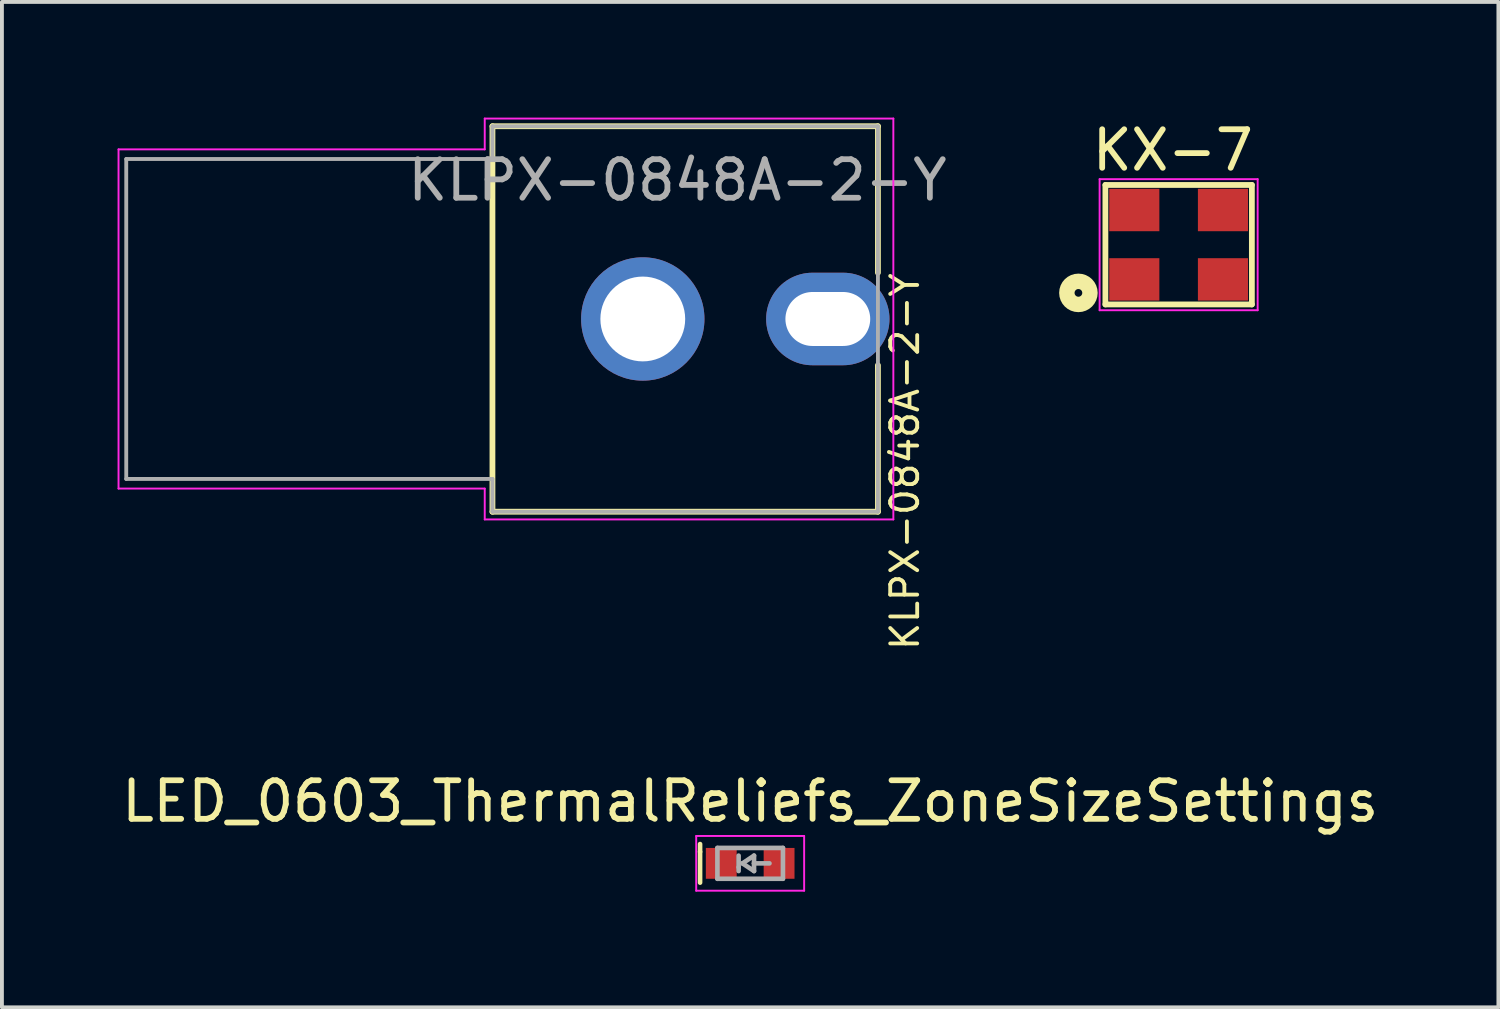
<source format=kicad_pcb>
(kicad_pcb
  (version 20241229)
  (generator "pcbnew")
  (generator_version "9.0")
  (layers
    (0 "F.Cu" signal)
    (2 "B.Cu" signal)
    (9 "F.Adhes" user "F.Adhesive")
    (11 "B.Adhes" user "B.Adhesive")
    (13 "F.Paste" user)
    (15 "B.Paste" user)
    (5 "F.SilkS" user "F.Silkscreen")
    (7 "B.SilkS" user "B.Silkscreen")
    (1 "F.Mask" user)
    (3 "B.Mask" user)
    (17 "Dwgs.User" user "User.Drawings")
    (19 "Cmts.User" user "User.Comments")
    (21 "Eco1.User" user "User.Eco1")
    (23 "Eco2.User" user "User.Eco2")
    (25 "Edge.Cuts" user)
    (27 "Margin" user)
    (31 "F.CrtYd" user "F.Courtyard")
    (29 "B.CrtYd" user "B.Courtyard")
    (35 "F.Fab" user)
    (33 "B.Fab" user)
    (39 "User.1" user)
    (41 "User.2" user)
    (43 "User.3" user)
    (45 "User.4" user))
  (footprint "KLPX-0848A-2-Y"
    (layer "F.Cu")
    (at 9.725 5.225)
    (property "Reference" "KLPX-0848A-2-Y" (at 10.7 3.7 90) (unlocked yes) (layer "F.SilkS") (effects (font (size 0.7 0.7) (thickness 0.1))))
    (attr through_hole)
    (fp_line (start 0 -5) (end 0 5) (stroke (width 0.15) (type solid)) (layer "F.SilkS"))
    (fp_line (start 0 -5) (end 10 -5) (stroke (width 0.15) (type solid)) (layer "F.SilkS"))
    (fp_line (start 0 5) (end 10 5) (stroke (width 0.15) (type solid)) (layer "F.SilkS"))
    (fp_line (start 10 -5) (end 10 -1.2) (stroke (width 0.15) (type solid)) (layer "F.SilkS"))
    (fp_line (start 10 5) (end 10 1.2) (stroke (width 0.15) (type solid)) (layer "F.SilkS"))
    (fp_line (start -9.7 -4.4) (end -0.2 -4.4) (stroke (width 0.05) (type solid)) (layer "F.CrtYd"))
    (fp_line (start -9.7 4.4) (end -9.7 -4.4) (stroke (width 0.05) (type solid)) (layer "F.CrtYd"))
    (fp_line (start -0.2 -5.2) (end 10.4 -5.2) (stroke (width 0.05) (type solid)) (layer "F.CrtYd"))
    (fp_line (start -0.2 -4.4) (end -0.2 -5.2) (stroke (width 0.05) (type solid)) (layer "F.CrtYd"))
    (fp_line (start -0.2 4.4) (end -9.7 4.4) (stroke (width 0.05) (type solid)) (layer "F.CrtYd"))
    (fp_line (start -0.2 5.2) (end -0.2 4.4) (stroke (width 0.05) (type solid)) (layer "F.CrtYd"))
    (fp_line (start 10.4 -5.2) (end 10.4 5.2) (stroke (width 0.05) (type solid)) (layer "F.CrtYd"))
    (fp_line (start 10.4 5.2) (end -0.2 5.2) (stroke (width 0.05) (type solid)) (layer "F.CrtYd"))
    (fp_line (start -9.5 -4.15) (end -9.5 4.15) (stroke (width 0.1) (type solid)) (layer "F.Fab"))
    (fp_line (start -9.5 -4.15) (end 0 -4.15) (stroke (width 0.1) (type solid)) (layer "F.Fab"))
    (fp_line (start -9.5 4.15) (end 0 4.15) (stroke (width 0.1) (type solid)) (layer "F.Fab"))
    (fp_line (start 0 -5) (end 0 -4.15) (stroke (width 0.1) (type solid)) (layer "F.Fab"))
    (fp_line (start 0 4.15) (end 0 5) (stroke (width 0.1) (type solid)) (layer "F.Fab"))
    (fp_line (start 0 5) (end 10 5) (stroke (width 0.1) (type solid)) (layer "F.Fab"))
    (fp_line (start 10 -5) (end 0 -5) (stroke (width 0.1) (type solid)) (layer "F.Fab"))
    (fp_line (start 10 5) (end 10 -5) (stroke (width 0.1) (type solid)) (layer "F.Fab"))
    (fp_text user "${REFERENCE}" (at 4.8 -3.6 0) (unlocked yes) (layer "F.Fab") (effects (font (size 1 1) (thickness 0.15))))
    (pad "1" thru_hole circle (at 3.9 0) (size 3.2 3.2) (drill 2.2) (layers "*.Cu" "*.Mask"))
    (pad "2" thru_hole oval (at 8.7 0 90) (size 2.4 3.2) (drill oval 1.4 2.2) (layers "*.Cu" "*.Mask")))
  (footprint "KX-7"
    (layer "F.Cu")
    (at 27.476 3.248)
    (property "Reference" "KX-7" (at -0.1 -2.4 180) (layer "F.SilkS") (effects (font (size 1 1) (thickness 0.15))))
    (attr smd)
    (fp_line (start -1.85 -1.5) (end 1.95 -1.5) (stroke (width 0.15) (type solid)) (layer "F.SilkS"))
    (fp_line (start -1.85 1.6) (end -1.85 -1.5) (stroke (width 0.15) (type solid)) (layer "F.SilkS"))
    (fp_line (start 1.95 -1.5) (end 1.95 1.6) (stroke (width 0.15) (type solid)) (layer "F.SilkS"))
    (fp_line (start 1.95 1.6) (end -1.85 1.6) (stroke (width 0.15) (type solid)) (layer "F.SilkS"))
    (fp_circle (center -2.55 1.3) (end -2.45 1.3) (stroke (width 0.4) (type solid)) (fill no) (layer "F.SilkS"))
    (fp_line (start -2 -1.65) (end 2.1 -1.65) (stroke (width 0.05) (type solid)) (layer "F.CrtYd"))
    (fp_line (start -2 1.75) (end -2 -1.65) (stroke (width 0.05) (type solid)) (layer "F.CrtYd"))
    (fp_line (start 2.1 -1.65) (end 2.1 1.75) (stroke (width 0.05) (type solid)) (layer "F.CrtYd"))
    (fp_line (start 2.1 1.75) (end -2 1.75) (stroke (width 0.05) (type solid)) (layer "F.CrtYd"))
    (pad "1" smd rect (at -1.1 0.95) (size 1.3 1.1) (layers "F.Cu" "F.Mask" "F.Paste"))
    (pad "2" smd rect (at 1.2 0.95) (size 1.3 1.1) (layers "F.Cu" "F.Mask" "F.Paste"))
    (pad "3" smd rect (at 1.2 -0.85) (size 1.3 1.1) (layers "F.Cu" "F.Mask" "F.Paste"))
    (pad "4" smd rect (at -1.1 -0.85) (size 1.3 1.1) (layers "F.Cu" "F.Mask" "F.Paste")))
  (footprint "LED_0603_ThermalReliefs_ZoneSizeSettings"
    (layer "F.Cu")
    (at 16.411 19.347)
    (property "Reference" "LED_0603_ThermalReliefs_ZoneSizeSettings" (at 0 -1.61 0) (layer "F.SilkS") (effects (font (size 1 1) (thickness 0.15))))
    (attr smd)
    (fp_line (start -1.3 -0.5) (end -1.3 -0.3) (stroke (width 0.12) (type solid)) (layer "F.SilkS"))
    (fp_line (start -1.3 -0.3) (end -1.3 0.5) (stroke (width 0.12) (type solid)) (layer "F.SilkS"))
    (fp_line (start -1.4 -0.71) (end 1.4 -0.71) (stroke (width 0.05) (type solid)) (layer "F.CrtYd"))
    (fp_line (start -1.4 0.71) (end -1.4 -0.71) (stroke (width 0.05) (type solid)) (layer "F.CrtYd"))
    (fp_line (start -1.4 0.71) (end 1.4 0.71) (stroke (width 0.05) (type solid)) (layer "F.CrtYd"))
    (fp_line (start 1.4 0.71) (end 1.4 -0.71) (stroke (width 0.05) (type solid)) (layer "F.CrtYd"))
    (fp_line (start -0.85 -0.4) (end 0.85 -0.4) (stroke (width 0.12) (type solid)) (layer "F.Fab"))
    (fp_line (start -0.85 0.4) (end -0.85 -0.4) (stroke (width 0.12) (type solid)) (layer "F.Fab"))
    (fp_line (start -0.85 0.4) (end 0.85 0.4) (stroke (width 0.12) (type solid)) (layer "F.Fab"))
    (fp_line (start -0.3 -0.2) (end -0.3 0.1) (stroke (width 0.12) (type solid)) (layer "F.Fab"))
    (fp_line (start -0.3 0.2) (end -0.3 0.1) (stroke (width 0.12) (type solid)) (layer "F.Fab"))
    (fp_line (start -0.2 0) (end 0.1 0.2) (stroke (width 0.12) (type solid)) (layer "F.Fab"))
    (fp_line (start 0.1 -0.2) (end -0.2 0) (stroke (width 0.12) (type solid)) (layer "F.Fab"))
    (fp_line (start 0.1 0) (end 0.1 -0.2) (stroke (width 0.12) (type solid)) (layer "F.Fab"))
    (fp_line (start 0.1 0.2) (end 0.1 0) (stroke (width 0.12) (type solid)) (layer "F.Fab"))
    (fp_line (start 0.5 0) (end 0.1 0) (stroke (width 0.12) (type solid)) (layer "F.Fab"))
    (fp_line (start 0.85 0.4) (end 0.85 -0.4) (stroke (width 0.12) (type solid)) (layer "F.Fab"))
    (pad "1" smd rect (at 0.75 0) (size 0.8 0.8) (layers "F.Cu" "F.Mask" "F.Paste"))
    (pad "2" smd rect (at -0.75 0) (size 0.8 0.8) (layers "F.Cu" "F.Mask" "F.Paste")))
  (gr_rect
    (start -3 -3)
    (end 35.821 23.082)
    (stroke (width 0.1) (type default))
    (fill no)
    (layer "Edge.Cuts")))
</source>
